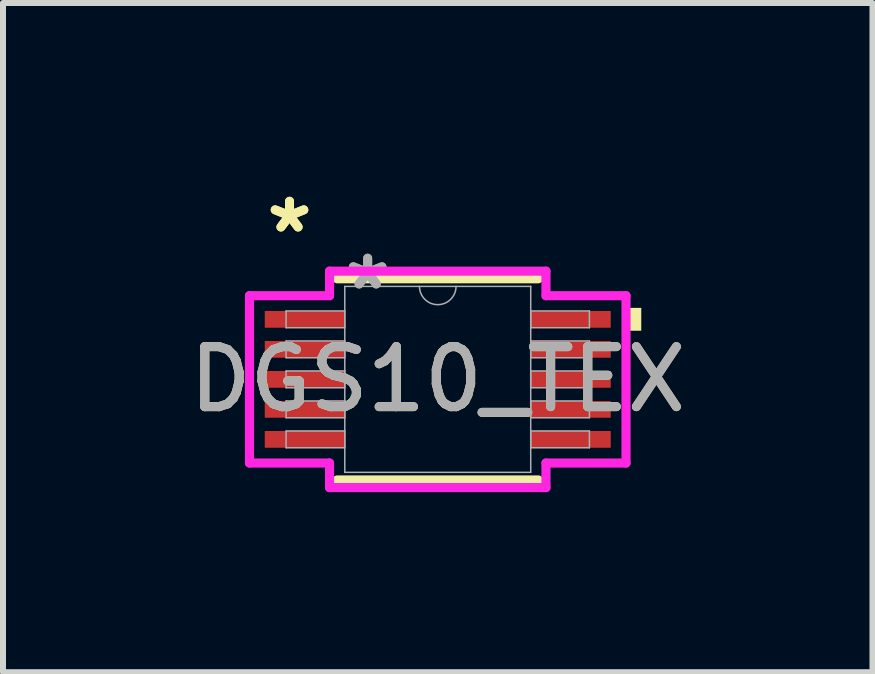
<source format=kicad_pcb>
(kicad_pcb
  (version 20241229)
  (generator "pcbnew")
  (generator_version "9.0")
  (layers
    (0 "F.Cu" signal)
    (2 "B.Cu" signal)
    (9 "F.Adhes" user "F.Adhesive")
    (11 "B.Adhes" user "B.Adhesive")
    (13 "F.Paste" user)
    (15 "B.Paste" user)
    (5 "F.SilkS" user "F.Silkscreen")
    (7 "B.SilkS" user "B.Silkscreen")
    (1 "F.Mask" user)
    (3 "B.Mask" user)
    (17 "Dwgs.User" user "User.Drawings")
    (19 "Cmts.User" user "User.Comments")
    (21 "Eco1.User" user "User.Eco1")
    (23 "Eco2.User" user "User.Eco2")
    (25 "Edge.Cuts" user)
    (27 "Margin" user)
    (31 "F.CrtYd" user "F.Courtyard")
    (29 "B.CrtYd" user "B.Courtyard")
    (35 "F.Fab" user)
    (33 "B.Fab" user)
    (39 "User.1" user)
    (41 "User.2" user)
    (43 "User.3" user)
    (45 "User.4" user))
  (footprint "DGS10_TEX"
    (layer "F.Cu")
    (at 4.244 3.271)
    (property "Reference" "DGS10_TEX" (at 0 0 0) (unlocked yes) (layer "F.SilkS") (effects (font (size 1 1) (thickness 0.15))))
    (attr smd)
    (fp_line (start -1.676 1.676) (end 1.676 1.676) (stroke (width 0.152) (type solid)) (layer "F.SilkS"))
    (fp_line (start 1.676 -1.676) (end -1.676 -1.676) (stroke (width 0.152) (type solid)) (layer "F.SilkS"))
    (fp_poly (pts (xy 3.391 -1.191) (xy 3.391 -0.81) (xy 3.137 -0.81) (xy 3.137 -1.191)) (stroke (width 0) (type solid)) (fill yes) (layer "F.SilkS"))
    (fp_line (start -3.137 -1.394) (end -1.803 -1.394) (stroke (width 0.152) (type solid)) (layer "F.CrtYd"))
    (fp_line (start -3.137 1.394) (end -3.137 -1.394) (stroke (width 0.152) (type solid)) (layer "F.CrtYd"))
    (fp_line (start -3.137 1.394) (end -1.803 1.394) (stroke (width 0.152) (type solid)) (layer "F.CrtYd"))
    (fp_line (start -1.803 -1.803) (end 1.803 -1.803) (stroke (width 0.152) (type solid)) (layer "F.CrtYd"))
    (fp_line (start -1.803 -1.394) (end -1.803 -1.803) (stroke (width 0.152) (type solid)) (layer "F.CrtYd"))
    (fp_line (start -1.803 1.803) (end -1.803 1.394) (stroke (width 0.152) (type solid)) (layer "F.CrtYd"))
    (fp_line (start 1.803 -1.803) (end 1.803 -1.394) (stroke (width 0.152) (type solid)) (layer "F.CrtYd"))
    (fp_line (start 1.803 1.394) (end 1.803 1.803) (stroke (width 0.152) (type solid)) (layer "F.CrtYd"))
    (fp_line (start 1.803 1.803) (end -1.803 1.803) (stroke (width 0.152) (type solid)) (layer "F.CrtYd"))
    (fp_line (start 3.137 -1.394) (end 1.803 -1.394) (stroke (width 0.152) (type solid)) (layer "F.CrtYd"))
    (fp_line (start 3.137 -1.394) (end 3.137 1.394) (stroke (width 0.152) (type solid)) (layer "F.CrtYd"))
    (fp_line (start 3.137 1.394) (end 1.803 1.394) (stroke (width 0.152) (type solid)) (layer "F.CrtYd"))
    (fp_line (start -2.527 -1.14) (end -2.527 -0.86) (stroke (width 0.025) (type solid)) (layer "F.Fab"))
    (fp_line (start -2.527 -0.86) (end -1.549 -0.86) (stroke (width 0.025) (type solid)) (layer "F.Fab"))
    (fp_line (start -2.527 -0.64) (end -2.527 -0.36) (stroke (width 0.025) (type solid)) (layer "F.Fab"))
    (fp_line (start -2.527 -0.36) (end -1.549 -0.36) (stroke (width 0.025) (type solid)) (layer "F.Fab"))
    (fp_line (start -2.527 -0.14) (end -2.527 0.14) (stroke (width 0.025) (type solid)) (layer "F.Fab"))
    (fp_line (start -2.527 0.14) (end -1.549 0.14) (stroke (width 0.025) (type solid)) (layer "F.Fab"))
    (fp_line (start -2.527 0.36) (end -2.527 0.64) (stroke (width 0.025) (type solid)) (layer "F.Fab"))
    (fp_line (start -2.527 0.64) (end -1.549 0.64) (stroke (width 0.025) (type solid)) (layer "F.Fab"))
    (fp_line (start -2.527 0.86) (end -2.527 1.14) (stroke (width 0.025) (type solid)) (layer "F.Fab"))
    (fp_line (start -2.527 1.14) (end -1.549 1.14) (stroke (width 0.025) (type solid)) (layer "F.Fab"))
    (fp_line (start -1.549 -1.549) (end -1.549 1.549) (stroke (width 0.025) (type solid)) (layer "F.Fab"))
    (fp_line (start -1.549 -1.14) (end -2.527 -1.14) (stroke (width 0.025) (type solid)) (layer "F.Fab"))
    (fp_line (start -1.549 -0.86) (end -1.549 -1.14) (stroke (width 0.025) (type solid)) (layer "F.Fab"))
    (fp_line (start -1.549 -0.64) (end -2.527 -0.64) (stroke (width 0.025) (type solid)) (layer "F.Fab"))
    (fp_line (start -1.549 -0.36) (end -1.549 -0.64) (stroke (width 0.025) (type solid)) (layer "F.Fab"))
    (fp_line (start -1.549 -0.14) (end -2.527 -0.14) (stroke (width 0.025) (type solid)) (layer "F.Fab"))
    (fp_line (start -1.549 0.14) (end -1.549 -0.14) (stroke (width 0.025) (type solid)) (layer "F.Fab"))
    (fp_line (start -1.549 0.36) (end -2.527 0.36) (stroke (width 0.025) (type solid)) (layer "F.Fab"))
    (fp_line (start -1.549 0.64) (end -1.549 0.36) (stroke (width 0.025) (type solid)) (layer "F.Fab"))
    (fp_line (start -1.549 0.86) (end -2.527 0.86) (stroke (width 0.025) (type solid)) (layer "F.Fab"))
    (fp_line (start -1.549 1.14) (end -1.549 0.86) (stroke (width 0.025) (type solid)) (layer "F.Fab"))
    (fp_line (start -1.549 1.549) (end 1.549 1.549) (stroke (width 0.025) (type solid)) (layer "F.Fab"))
    (fp_line (start 1.549 -1.549) (end -1.549 -1.549) (stroke (width 0.025) (type solid)) (layer "F.Fab"))
    (fp_line (start 1.549 -1.14) (end 1.549 -0.86) (stroke (width 0.025) (type solid)) (layer "F.Fab"))
    (fp_line (start 1.549 -0.86) (end 2.527 -0.86) (stroke (width 0.025) (type solid)) (layer "F.Fab"))
    (fp_line (start 1.549 -0.64) (end 1.549 -0.36) (stroke (width 0.025) (type solid)) (layer "F.Fab"))
    (fp_line (start 1.549 -0.36) (end 2.527 -0.36) (stroke (width 0.025) (type solid)) (layer "F.Fab"))
    (fp_line (start 1.549 -0.14) (end 1.549 0.14) (stroke (width 0.025) (type solid)) (layer "F.Fab"))
    (fp_line (start 1.549 0.14) (end 2.527 0.14) (stroke (width 0.025) (type solid)) (layer "F.Fab"))
    (fp_line (start 1.549 0.36) (end 1.549 0.64) (stroke (width 0.025) (type solid)) (layer "F.Fab"))
    (fp_line (start 1.549 0.64) (end 2.527 0.64) (stroke (width 0.025) (type solid)) (layer "F.Fab"))
    (fp_line (start 1.549 0.86) (end 1.549 1.14) (stroke (width 0.025) (type solid)) (layer "F.Fab"))
    (fp_line (start 1.549 1.14) (end 2.527 1.14) (stroke (width 0.025) (type solid)) (layer "F.Fab"))
    (fp_line (start 1.549 1.549) (end 1.549 -1.549) (stroke (width 0.025) (type solid)) (layer "F.Fab"))
    (fp_line (start 2.527 -1.14) (end 1.549 -1.14) (stroke (width 0.025) (type solid)) (layer "F.Fab"))
    (fp_line (start 2.527 -0.86) (end 2.527 -1.14) (stroke (width 0.025) (type solid)) (layer "F.Fab"))
    (fp_line (start 2.527 -0.64) (end 1.549 -0.64) (stroke (width 0.025) (type solid)) (layer "F.Fab"))
    (fp_line (start 2.527 -0.36) (end 2.527 -0.64) (stroke (width 0.025) (type solid)) (layer "F.Fab"))
    (fp_line (start 2.527 -0.14) (end 1.549 -0.14) (stroke (width 0.025) (type solid)) (layer "F.Fab"))
    (fp_line (start 2.527 0.14) (end 2.527 -0.14) (stroke (width 0.025) (type solid)) (layer "F.Fab"))
    (fp_line (start 2.527 0.36) (end 1.549 0.36) (stroke (width 0.025) (type solid)) (layer "F.Fab"))
    (fp_line (start 2.527 0.64) (end 2.527 0.36) (stroke (width 0.025) (type solid)) (layer "F.Fab"))
    (fp_line (start 2.527 0.86) (end 1.549 0.86) (stroke (width 0.025) (type solid)) (layer "F.Fab"))
    (fp_line (start 2.527 1.14) (end 2.527 0.86) (stroke (width 0.025) (type solid)) (layer "F.Fab"))
    (fp_arc (start 0.3048 -1.5494) (mid 0 -1.2446) (end -0.3048 -1.5494) (stroke (width 0.0254) (type solid)) (layer "F.Fab"))
    (fp_text user "*" (at -2.47 -2.422 0) (layer "F.SilkS") (effects (font (size 1 1) (thickness 0.15))))
    (fp_text user "*" (at -2.47 -2.422 0) (unlocked yes) (layer "F.SilkS") (effects (font (size 1 1) (thickness 0.15))))
    (fp_text user "*" (at -1.168 -1.473 0) (layer "F.Fab") (effects (font (size 1 1) (thickness 0.15))))
    (fp_text user "${REFERENCE}" (at 0 0 0) (unlocked yes) (layer "F.Fab") (effects (font (size 1 1) (thickness 0.15))))
    (fp_text user "*" (at -1.168 -1.473 0) (unlocked yes) (layer "F.Fab") (effects (font (size 1 1) (thickness 0.15))))
    (pad "1" smd rect (at -2.216 -1) (size 1.333 0.279) (layers "F.Cu" "F.Mask" "F.Paste"))
    (pad "2" smd rect (at -2.216 -0.5) (size 1.333 0.279) (layers "F.Cu" "F.Mask" "F.Paste"))
    (pad "3" smd rect (at -2.216 0) (size 1.333 0.279) (layers "F.Cu" "F.Mask" "F.Paste"))
    (pad "4" smd rect (at -2.216 0.5) (size 1.333 0.279) (layers "F.Cu" "F.Mask" "F.Paste"))
    (pad "5" smd rect (at -2.216 1) (size 1.333 0.279) (layers "F.Cu" "F.Mask" "F.Paste"))
    (pad "6" smd rect (at 2.216 1) (size 1.333 0.279) (layers "F.Cu" "F.Mask" "F.Paste"))
    (pad "7" smd rect (at 2.216 0.5) (size 1.333 0.279) (layers "F.Cu" "F.Mask" "F.Paste"))
    (pad "8" smd rect (at 2.216 0) (size 1.333 0.279) (layers "F.Cu" "F.Mask" "F.Paste"))
    (pad "9" smd rect (at 2.216 -0.5) (size 1.333 0.279) (layers "F.Cu" "F.Mask" "F.Paste"))
    (pad "10" smd rect (at 2.216 -1) (size 1.333 0.279) (layers "F.Cu" "F.Mask" "F.Paste")))
  (gr_rect
    (start -3 -3)
    (end 11.488 8.15)
    (stroke (width 0.1) (type default))
    (fill no)
    (layer "Edge.Cuts")))
</source>
